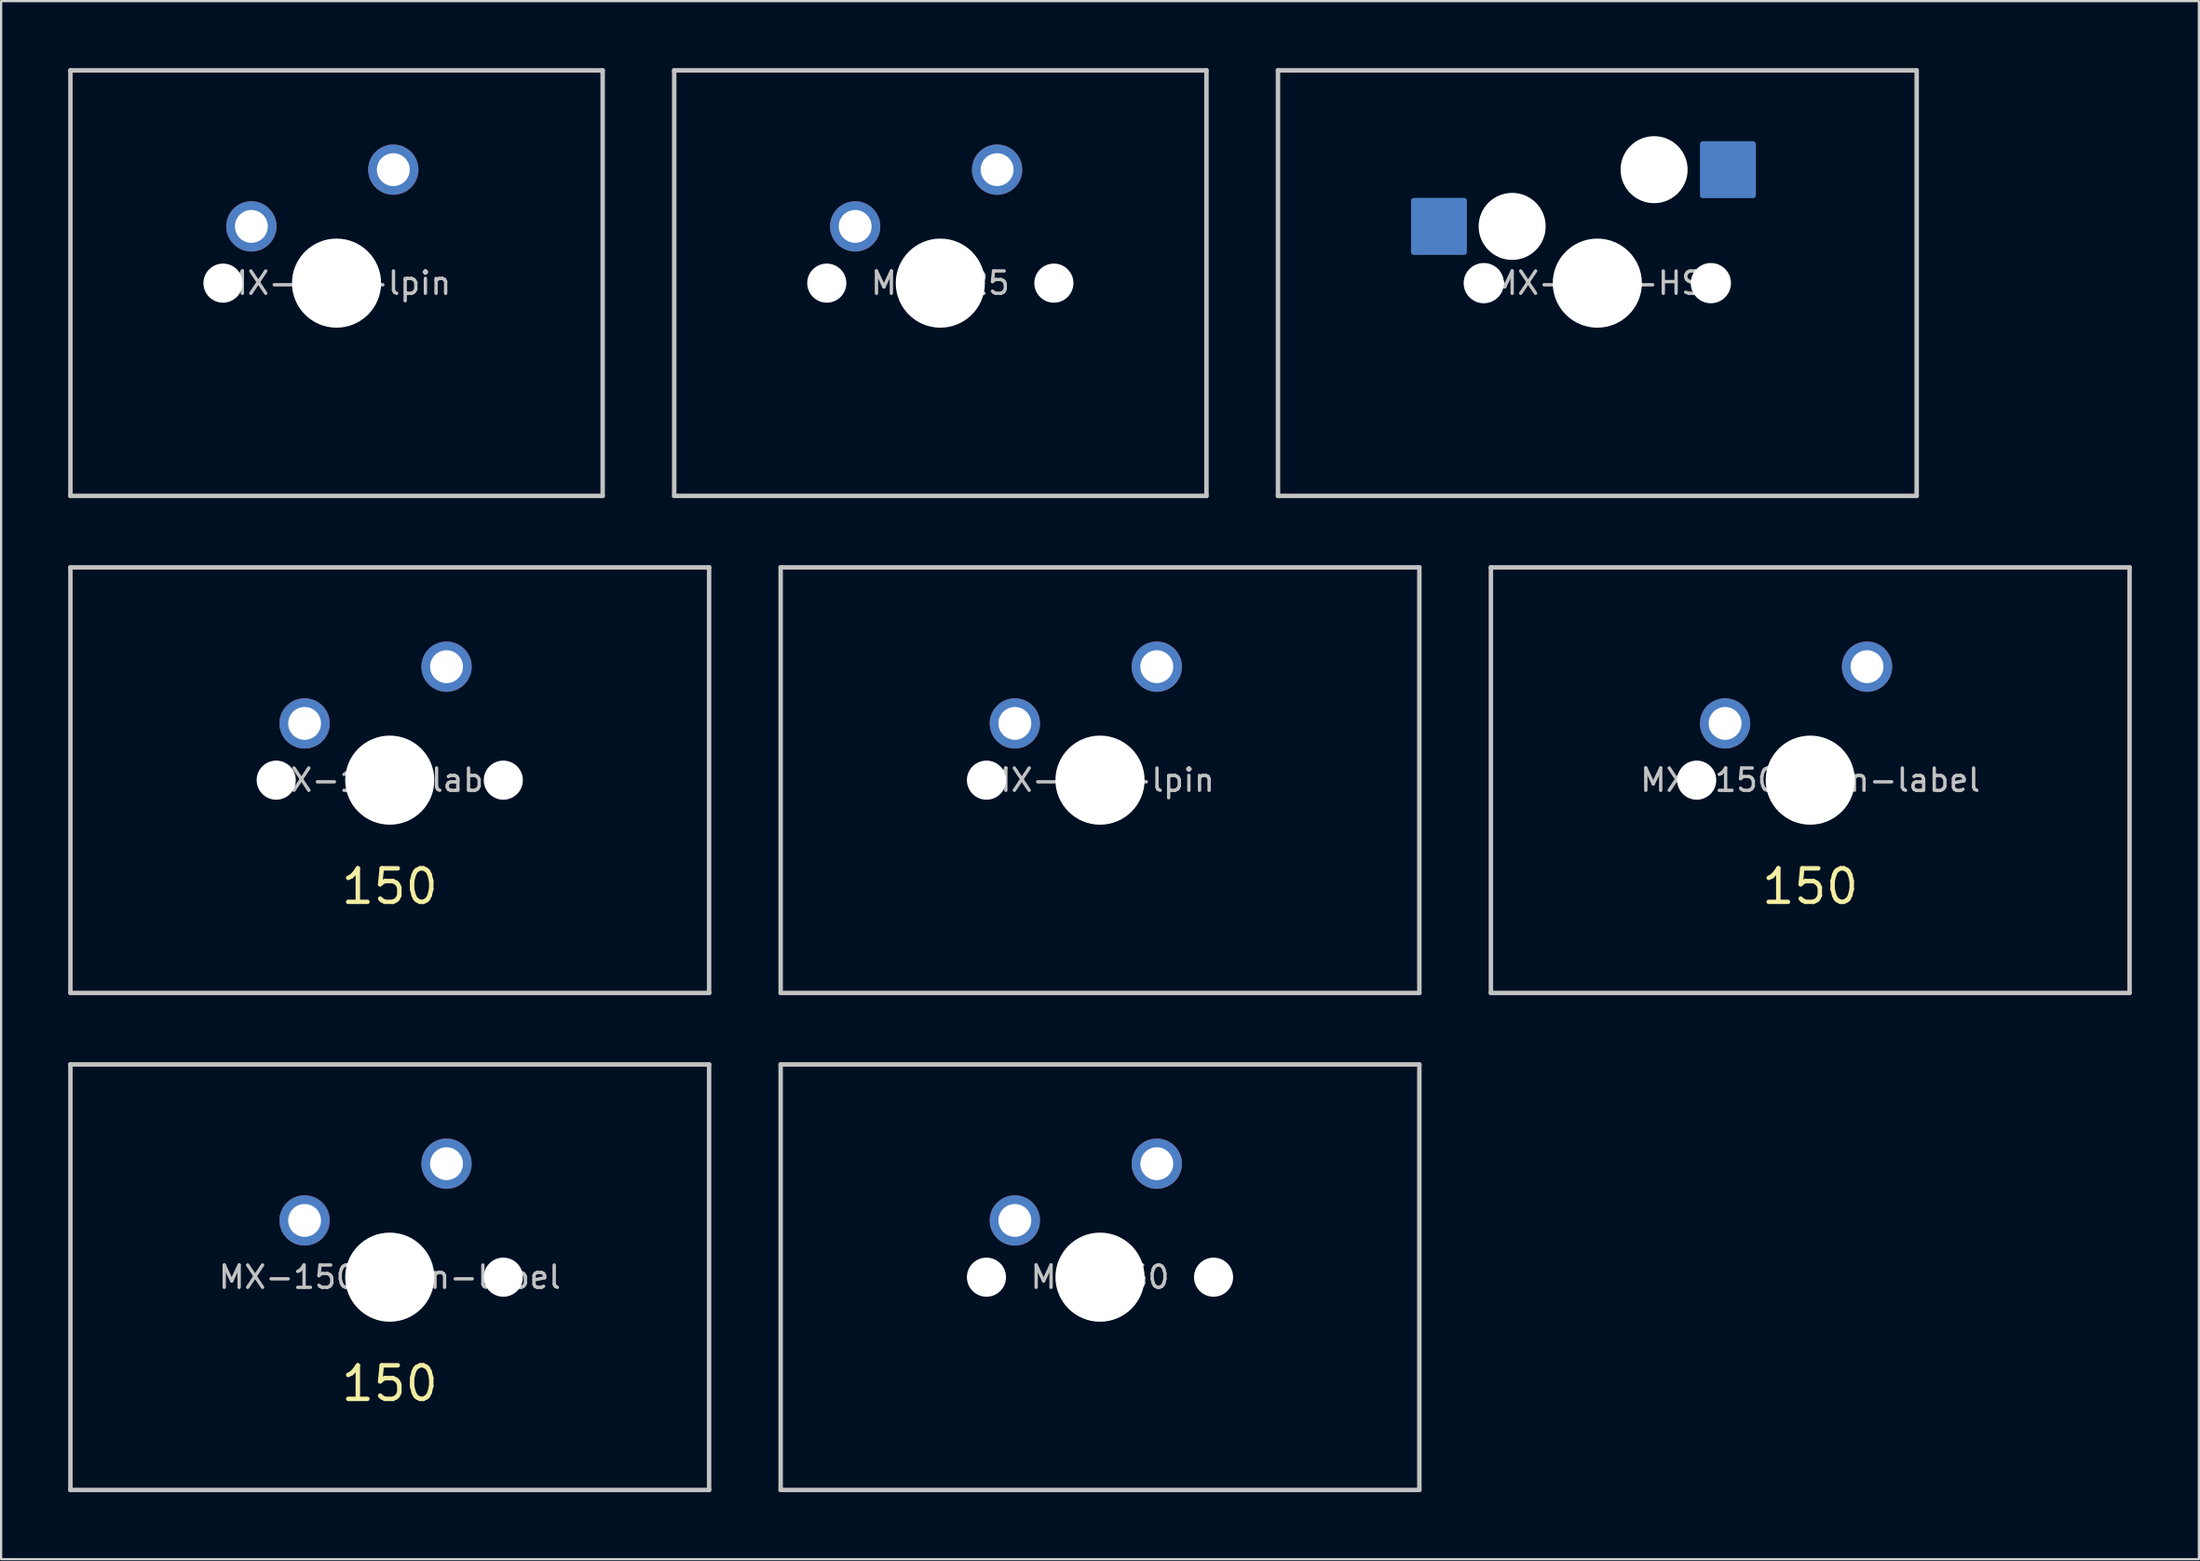
<source format=kicad_pcb>
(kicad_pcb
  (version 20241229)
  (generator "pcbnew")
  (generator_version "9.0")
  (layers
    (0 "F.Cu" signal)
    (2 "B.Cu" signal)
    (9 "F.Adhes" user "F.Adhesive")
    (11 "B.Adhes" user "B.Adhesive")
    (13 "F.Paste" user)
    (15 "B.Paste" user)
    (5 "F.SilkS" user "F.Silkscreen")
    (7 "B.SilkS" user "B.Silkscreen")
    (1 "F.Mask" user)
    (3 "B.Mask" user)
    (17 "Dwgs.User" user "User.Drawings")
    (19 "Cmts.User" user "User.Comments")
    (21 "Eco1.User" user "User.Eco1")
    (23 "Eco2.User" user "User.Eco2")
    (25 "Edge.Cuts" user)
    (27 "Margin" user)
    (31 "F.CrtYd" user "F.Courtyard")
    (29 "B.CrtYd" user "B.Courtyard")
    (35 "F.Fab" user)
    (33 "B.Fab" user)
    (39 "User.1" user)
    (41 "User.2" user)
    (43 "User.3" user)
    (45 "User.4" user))
  (footprint "MX-125"
    (layer "F.Cu")
    (at 39.019 9.625)
    (property "Reference" "MX-125" (at 0 0 0) (layer "Dwgs.User") (effects (font (size 1 1) (thickness 0.15))))
    (attr through_hole)
    (fp_line (start -11.906 9.525) (end -11.906 -9.525) (stroke (width 0.2) (type solid)) (layer "Dwgs.User"))
    (fp_line (start 11.906 -9.525) (end -11.906 -9.525) (stroke (width 0.2) (type solid)) (layer "Dwgs.User"))
    (fp_line (start 11.906 -9.525) (end 11.906 9.525) (stroke (width 0.2) (type solid)) (layer "Dwgs.User"))
    (fp_line (start 11.906 9.525) (end -11.906 9.525) (stroke (width 0.2) (type solid)) (layer "Dwgs.User"))
    (fp_line (start -7 -7) (end 7 -7) (stroke (width 0.12) (type solid)) (layer "Eco1.User"))
    (fp_line (start -7 7) (end -7 -7) (stroke (width 0.12) (type solid)) (layer "Eco1.User"))
    (fp_line (start -7 7) (end 7 7) (stroke (width 0.12) (type solid)) (layer "Eco1.User"))
    (fp_line (start 7 7) (end 7 -7) (stroke (width 0.12) (type solid)) (layer "Eco1.User"))
    (pad "" np_thru_hole circle (at -5.08 0) (size 1.75 1.75) (drill 1.75) (layers "*.Cu" "*.Mask"))
    (pad "" np_thru_hole circle (at 0 0) (size 3.988 3.988) (drill 3.988) (layers "*.Cu" "*.Mask"))
    (pad "" np_thru_hole circle (at 5.08 0) (size 1.75 1.75) (drill 1.75) (layers "*.Cu" "*.Mask"))
    (pad "1" thru_hole circle (at 2.54 -5.08) (size 2.25 2.25) (drill 1.47) (layers "*.Cu" "B.Mask"))
    (pad "2" thru_hole circle (at -3.81 -2.54) (size 2.25 2.25) (drill 1.47) (layers "*.Cu" "B.Mask")))
  (footprint "MX-150-rpin-label"
    (layer "F.Cu")
    (at 14.387 54.125)
    (property "Reference" "MX-150-rpin-label" (at 0 0 0) (layer "Dwgs.User") (effects (font (size 1 1) (thickness 0.15))))
    (attr through_hole)
    (fp_line (start -14.287 9.525) (end -14.287 -9.525) (stroke (width 0.2) (type solid)) (layer "Dwgs.User"))
    (fp_line (start 14.287 -9.525) (end -14.287 -9.525) (stroke (width 0.2) (type solid)) (layer "Dwgs.User"))
    (fp_line (start 14.287 -9.525) (end 14.287 9.525) (stroke (width 0.2) (type solid)) (layer "Dwgs.User"))
    (fp_line (start 14.287 9.525) (end -14.287 9.525) (stroke (width 0.2) (type solid)) (layer "Dwgs.User"))
    (fp_line (start -7 -7) (end 7 -7) (stroke (width 0.12) (type solid)) (layer "Eco1.User"))
    (fp_line (start -7 7) (end -7 -7) (stroke (width 0.12) (type solid)) (layer "Eco1.User"))
    (fp_line (start -7 7) (end 7 7) (stroke (width 0.12) (type solid)) (layer "Eco1.User"))
    (fp_line (start 7 7) (end 7 -7) (stroke (width 0.12) (type solid)) (layer "Eco1.User"))
    (fp_text user "150" (at 0 4.763 0) (layer "F.SilkS") (effects (font (size 1.5 1.5) (thickness 0.2))))
    (pad "" np_thru_hole circle (at 0 0) (size 3.988 3.988) (drill 3.988) (layers "*.Cu" "*.Mask"))
    (pad "" np_thru_hole circle (at 5.08 0) (size 1.75 1.75) (drill 1.75) (layers "*.Cu" "*.Mask"))
    (pad "1" thru_hole circle (at 2.54 -5.08) (size 2.25 2.25) (drill 1.47) (layers "*.Cu" "B.Mask"))
    (pad "2" thru_hole circle (at -3.81 -2.54) (size 2.25 2.25) (drill 1.47) (layers "*.Cu" "B.Mask")))
  (footprint "MX-150-label"
    (layer "F.Cu")
    (at 14.387 31.875)
    (property "Reference" "MX-150-label" (at 0 0 0) (layer "Dwgs.User") (effects (font (size 1 1) (thickness 0.15))))
    (attr through_hole)
    (fp_line (start -14.287 9.525) (end -14.287 -9.525) (stroke (width 0.2) (type solid)) (layer "Dwgs.User"))
    (fp_line (start 14.287 -9.525) (end -14.287 -9.525) (stroke (width 0.2) (type solid)) (layer "Dwgs.User"))
    (fp_line (start 14.287 -9.525) (end 14.287 9.525) (stroke (width 0.2) (type solid)) (layer "Dwgs.User"))
    (fp_line (start 14.287 9.525) (end -14.287 9.525) (stroke (width 0.2) (type solid)) (layer "Dwgs.User"))
    (fp_line (start -7 -7) (end 7 -7) (stroke (width 0.12) (type solid)) (layer "Eco1.User"))
    (fp_line (start -7 7) (end -7 -7) (stroke (width 0.12) (type solid)) (layer "Eco1.User"))
    (fp_line (start -7 7) (end 7 7) (stroke (width 0.12) (type solid)) (layer "Eco1.User"))
    (fp_line (start 7 7) (end 7 -7) (stroke (width 0.12) (type solid)) (layer "Eco1.User"))
    (fp_text user "150" (at 0 4.763 0) (layer "F.SilkS") (effects (font (size 1.5 1.5) (thickness 0.2))))
    (pad "" np_thru_hole circle (at -5.08 0) (size 1.75 1.75) (drill 1.75) (layers "*.Cu" "*.Mask"))
    (pad "" np_thru_hole circle (at 0 0) (size 3.988 3.988) (drill 3.988) (layers "*.Cu" "*.Mask"))
    (pad "" np_thru_hole circle (at 5.08 0) (size 1.75 1.75) (drill 1.75) (layers "*.Cu" "*.Mask"))
    (pad "1" thru_hole circle (at 2.54 -5.08) (size 2.25 2.25) (drill 1.47) (layers "*.Cu" "B.Mask"))
    (pad "2" thru_hole circle (at -3.81 -2.54) (size 2.25 2.25) (drill 1.47) (layers "*.Cu" "B.Mask")))
  (footprint "MX-150-HS"
    (layer "F.Cu")
    (at 68.412 9.625)
    (property "Reference" "MX-150-HS" (at 0 0 0) (layer "Dwgs.User") (effects (font (size 1 1) (thickness 0.15))))
    (attr through_hole)
    (fp_line (start -14.287 -9.525) (end 14.287 -9.525) (stroke (width 0.2) (type solid)) (layer "Dwgs.User"))
    (fp_line (start -14.287 9.525) (end -14.287 -9.525) (stroke (width 0.2) (type solid)) (layer "Dwgs.User"))
    (fp_line (start 14.287 -9.525) (end 14.287 9.525) (stroke (width 0.2) (type solid)) (layer "Dwgs.User"))
    (fp_line (start 14.287 9.525) (end -14.287 9.525) (stroke (width 0.2) (type solid)) (layer "Dwgs.User"))
    (fp_line (start -7 -7) (end 7 -7) (stroke (width 0.12) (type solid)) (layer "Eco1.User"))
    (fp_line (start -7 7) (end -7 -7) (stroke (width 0.12) (type solid)) (layer "Eco1.User"))
    (fp_line (start -7 7) (end 7 7) (stroke (width 0.12) (type solid)) (layer "Eco1.User"))
    (fp_line (start 7 7) (end 7 -7) (stroke (width 0.12) (type solid)) (layer "Eco1.User"))
    (pad "" np_thru_hole circle (at -5.08 0) (size 1.8 1.8) (drill 1.8) (layers "*.Cu" "*.Mask"))
    (pad "" np_thru_hole circle (at -3.81 -2.54) (size 3 3) (drill 3) (layers "*.Cu" "*.Mask"))
    (pad "" np_thru_hole circle (at 0 0) (size 3.988 3.988) (drill 3.988) (layers "*.Cu" "*.Mask"))
    (pad "" np_thru_hole circle (at 2.54 -5.08) (size 3 3) (drill 3) (layers "*.Cu" "*.Mask"))
    (pad "" np_thru_hole circle (at 5.08 0) (size 1.8 1.8) (drill 1.8) (layers "*.Cu" "*.Mask"))
    (pad "1" smd roundrect (at 5.842 -5.08) (size 2.5 2.55) (layers "B.Cu" "B.Mask" "B.Paste") (roundrect_rratio 0.05))
    (pad "2" smd roundrect (at -7.085 -2.54) (size 2.5 2.55) (layers "B.Cu" "B.Mask" "B.Paste") (roundrect_rratio 0.05)))
  (footprint "MX-150-lpin"
    (layer "F.Cu")
    (at 46.163 31.875)
    (property "Reference" "MX-150-lpin" (at 0 0 0) (layer "Dwgs.User") (effects (font (size 1 1) (thickness 0.15))))
    (attr through_hole)
    (fp_line (start -14.287 9.525) (end -14.287 -9.525) (stroke (width 0.2) (type solid)) (layer "Dwgs.User"))
    (fp_line (start 14.287 -9.525) (end -14.287 -9.525) (stroke (width 0.2) (type solid)) (layer "Dwgs.User"))
    (fp_line (start 14.287 -9.525) (end 14.287 9.525) (stroke (width 0.2) (type solid)) (layer "Dwgs.User"))
    (fp_line (start 14.287 9.525) (end -14.287 9.525) (stroke (width 0.2) (type solid)) (layer "Dwgs.User"))
    (fp_line (start -7 -7) (end 7 -7) (stroke (width 0.12) (type solid)) (layer "Eco1.User"))
    (fp_line (start -7 7) (end -7 -7) (stroke (width 0.12) (type solid)) (layer "Eco1.User"))
    (fp_line (start -7 7) (end 7 7) (stroke (width 0.12) (type solid)) (layer "Eco1.User"))
    (fp_line (start 7 7) (end 7 -7) (stroke (width 0.12) (type solid)) (layer "Eco1.User"))
    (pad "" np_thru_hole circle (at -5.08 0) (size 1.75 1.75) (drill 1.75) (layers "*.Cu" "*.Mask"))
    (pad "" np_thru_hole circle (at 0 0) (size 3.988 3.988) (drill 3.988) (layers "*.Cu" "*.Mask"))
    (pad "1" thru_hole circle (at 2.54 -5.08) (size 2.25 2.25) (drill 1.47) (layers "*.Cu" "B.Mask"))
    (pad "2" thru_hole circle (at -3.81 -2.54) (size 2.25 2.25) (drill 1.47) (layers "*.Cu" "B.Mask")))
  (footprint "MX-150-lpin-label"
    (layer "F.Cu")
    (at 77.938 31.875)
    (property "Reference" "MX-150-lpin-label" (at 0 0 0) (layer "Dwgs.User") (effects (font (size 1 1) (thickness 0.15))))
    (attr through_hole)
    (fp_line (start -14.287 9.525) (end -14.287 -9.525) (stroke (width 0.2) (type solid)) (layer "Dwgs.User"))
    (fp_line (start 14.287 -9.525) (end -14.287 -9.525) (stroke (width 0.2) (type solid)) (layer "Dwgs.User"))
    (fp_line (start 14.287 -9.525) (end 14.287 9.525) (stroke (width 0.2) (type solid)) (layer "Dwgs.User"))
    (fp_line (start 14.287 9.525) (end -14.287 9.525) (stroke (width 0.2) (type solid)) (layer "Dwgs.User"))
    (fp_line (start -7 -7) (end 7 -7) (stroke (width 0.12) (type solid)) (layer "Eco1.User"))
    (fp_line (start -7 7) (end -7 -7) (stroke (width 0.12) (type solid)) (layer "Eco1.User"))
    (fp_line (start -7 7) (end 7 7) (stroke (width 0.12) (type solid)) (layer "Eco1.User"))
    (fp_line (start 7 7) (end 7 -7) (stroke (width 0.12) (type solid)) (layer "Eco1.User"))
    (fp_text user "150" (at 0 4.763 0) (layer "F.SilkS") (effects (font (size 1.5 1.5) (thickness 0.2))))
    (pad "" np_thru_hole circle (at -5.08 0) (size 1.75 1.75) (drill 1.75) (layers "*.Cu" "*.Mask"))
    (pad "" np_thru_hole circle (at 0 0) (size 3.988 3.988) (drill 3.988) (layers "*.Cu" "*.Mask"))
    (pad "1" thru_hole circle (at 2.54 -5.08) (size 2.25 2.25) (drill 1.47) (layers "*.Cu" "B.Mask"))
    (pad "2" thru_hole circle (at -3.81 -2.54) (size 2.25 2.25) (drill 1.47) (layers "*.Cu" "B.Mask")))
  (footprint "MX-150"
    (layer "F.Cu")
    (at 46.163 54.125)
    (property "Reference" "MX-150" (at 0 0 0) (layer "Dwgs.User") (effects (font (size 1 1) (thickness 0.15))))
    (attr through_hole)
    (fp_line (start -14.287 9.525) (end -14.287 -9.525) (stroke (width 0.2) (type solid)) (layer "Dwgs.User"))
    (fp_line (start 14.287 -9.525) (end -14.287 -9.525) (stroke (width 0.2) (type solid)) (layer "Dwgs.User"))
    (fp_line (start 14.287 -9.525) (end 14.287 9.525) (stroke (width 0.2) (type solid)) (layer "Dwgs.User"))
    (fp_line (start 14.287 9.525) (end -14.287 9.525) (stroke (width 0.2) (type solid)) (layer "Dwgs.User"))
    (fp_line (start -7 -7) (end 7 -7) (stroke (width 0.12) (type solid)) (layer "Eco1.User"))
    (fp_line (start -7 7) (end -7 -7) (stroke (width 0.12) (type solid)) (layer "Eco1.User"))
    (fp_line (start -7 7) (end 7 7) (stroke (width 0.12) (type solid)) (layer "Eco1.User"))
    (fp_line (start 7 7) (end 7 -7) (stroke (width 0.12) (type solid)) (layer "Eco1.User"))
    (pad "" np_thru_hole circle (at -5.08 0) (size 1.75 1.75) (drill 1.75) (layers "*.Cu" "*.Mask"))
    (pad "" np_thru_hole circle (at 0 0) (size 3.988 3.988) (drill 3.988) (layers "*.Cu" "*.Mask"))
    (pad "" np_thru_hole circle (at 5.08 0) (size 1.75 1.75) (drill 1.75) (layers "*.Cu" "*.Mask"))
    (pad "1" thru_hole circle (at 2.54 -5.08) (size 2.25 2.25) (drill 1.47) (layers "*.Cu" "B.Mask"))
    (pad "2" thru_hole circle (at -3.81 -2.54) (size 2.25 2.25) (drill 1.47) (layers "*.Cu" "B.Mask")))
  (footprint "MX-125-lpin"
    (layer "F.Cu")
    (at 12.006 9.625)
    (property "Reference" "MX-125-lpin" (at 0 0 0) (layer "Dwgs.User") (effects (font (size 1 1) (thickness 0.15))))
    (attr through_hole)
    (fp_line (start -11.906 9.525) (end -11.906 -9.525) (stroke (width 0.2) (type solid)) (layer "Dwgs.User"))
    (fp_line (start 11.906 -9.525) (end -11.906 -9.525) (stroke (width 0.2) (type solid)) (layer "Dwgs.User"))
    (fp_line (start 11.906 -9.525) (end 11.906 9.525) (stroke (width 0.2) (type solid)) (layer "Dwgs.User"))
    (fp_line (start 11.906 9.525) (end -11.906 9.525) (stroke (width 0.2) (type solid)) (layer "Dwgs.User"))
    (fp_line (start -7 -7) (end 7 -7) (stroke (width 0.12) (type solid)) (layer "Eco1.User"))
    (fp_line (start -7 7) (end -7 -7) (stroke (width 0.12) (type solid)) (layer "Eco1.User"))
    (fp_line (start -7 7) (end 7 7) (stroke (width 0.12) (type solid)) (layer "Eco1.User"))
    (fp_line (start 7 7) (end 7 -7) (stroke (width 0.12) (type solid)) (layer "Eco1.User"))
    (pad "" np_thru_hole circle (at -5.08 0) (size 1.75 1.75) (drill 1.75) (layers "*.Cu" "*.Mask"))
    (pad "" np_thru_hole circle (at 0 0) (size 3.988 3.988) (drill 3.988) (layers "*.Cu" "*.Mask"))
    (pad "1" thru_hole circle (at 2.54 -5.08) (size 2.25 2.25) (drill 1.47) (layers "*.Cu" "B.Mask"))
    (pad "2" thru_hole circle (at -3.81 -2.54) (size 2.25 2.25) (drill 1.47) (layers "*.Cu" "B.Mask")))
  (gr_rect
    (start -3 -3)
    (end 95.325 66.75)
    (stroke (width 0.1) (type default))
    (fill no)
    (layer "Edge.Cuts")))
</source>
